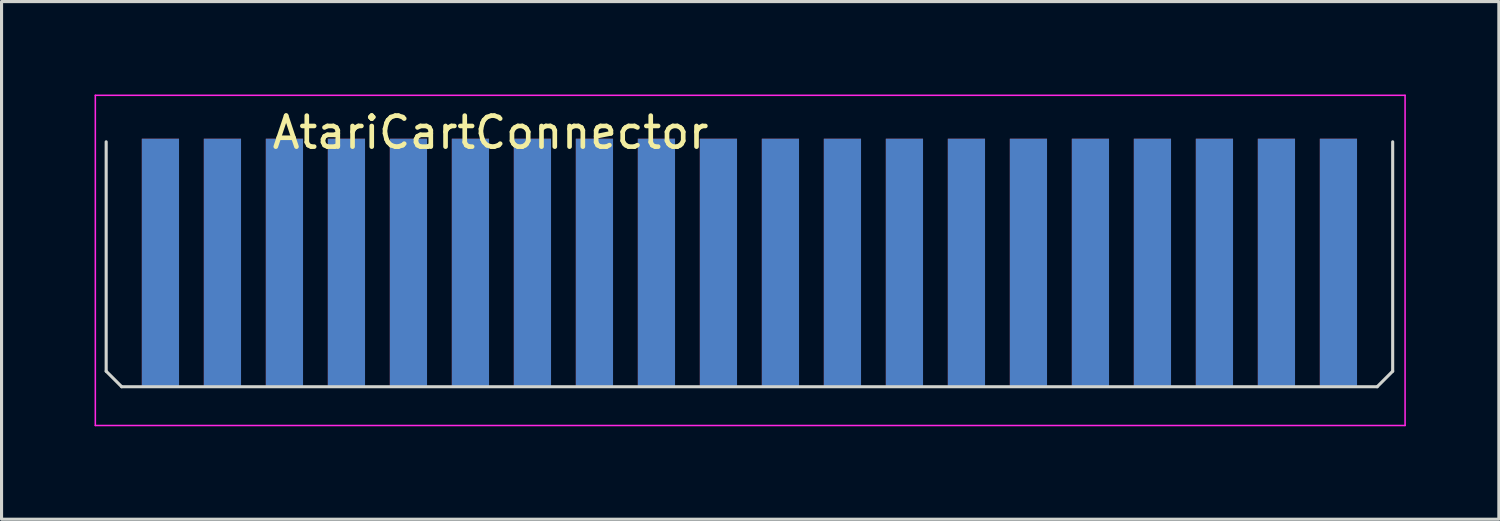
<source format=kicad_pcb>
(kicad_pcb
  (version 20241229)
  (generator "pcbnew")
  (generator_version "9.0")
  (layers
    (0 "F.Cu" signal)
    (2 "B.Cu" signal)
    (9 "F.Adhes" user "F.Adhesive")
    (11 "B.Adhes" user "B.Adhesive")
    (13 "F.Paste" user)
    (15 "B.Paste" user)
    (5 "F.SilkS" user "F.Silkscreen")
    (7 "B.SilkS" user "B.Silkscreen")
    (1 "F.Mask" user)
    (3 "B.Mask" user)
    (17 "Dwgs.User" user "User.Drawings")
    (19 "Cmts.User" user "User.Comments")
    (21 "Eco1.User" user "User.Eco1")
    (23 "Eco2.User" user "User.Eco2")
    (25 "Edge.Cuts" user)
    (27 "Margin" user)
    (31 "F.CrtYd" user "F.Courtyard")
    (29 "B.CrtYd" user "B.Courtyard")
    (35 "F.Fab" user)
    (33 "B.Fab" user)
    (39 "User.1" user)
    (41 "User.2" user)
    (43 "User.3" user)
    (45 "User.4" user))
  (footprint "AtariCartConnector"
    (layer "F.Cu")
    (at 1.175 6.725)
    (property "Reference" "AtariCartConnector" (at 11.6 -5.5 0) (layer "F.SilkS") (effects (font (size 1 1) (thickness 0.15))))
    (attr exclude_from_pos_files exclude_from_bom)
    (fp_line (start -0.8 -5.2) (end -0.8 2.2) (stroke (width 0.1) (type solid)) (layer "Edge.Cuts"))
    (fp_line (start -0.8 2.2) (end -0.3 2.7) (stroke (width 0.1) (type solid)) (layer "Edge.Cuts"))
    (fp_line (start -0.3 2.7) (end 40.2 2.7) (stroke (width 0.1) (type solid)) (layer "Edge.Cuts"))
    (fp_line (start 40.7 -5.2) (end 40.7 2.2) (stroke (width 0.1) (type solid)) (layer "Edge.Cuts"))
    (fp_line (start 40.7 2.2) (end 40.2 2.7) (stroke (width 0.1) (type solid)) (layer "Edge.Cuts"))
    (fp_line (start -1.15 -6.7) (end -1.15 3.95) (stroke (width 0.05) (type solid)) (layer "F.CrtYd"))
    (fp_line (start -1.15 -6.7) (end 41.1 -6.7) (stroke (width 0.05) (type solid)) (layer "F.CrtYd"))
    (fp_line (start 41.1 3.95) (end -1.15 3.95) (stroke (width 0.05) (type solid)) (layer "F.CrtYd"))
    (fp_line (start 41.1 3.95) (end 41.1 -6.7) (stroke (width 0.05) (type solid)) (layer "F.CrtYd"))
    (pad "1" connect rect (at 38.95 -1.3) (size 1.2 8) (layers "F.Cu" "F.Mask"))
    (pad "2" connect rect (at 38.95 -1.3) (size 1.2 8) (layers "B.Cu" "B.Mask"))
    (pad "3" connect rect (at 36.95 -1.3) (size 1.2 8) (layers "F.Cu" "F.Mask"))
    (pad "4" connect rect (at 36.95 -1.3) (size 1.2 8) (layers "B.Cu" "B.Mask"))
    (pad "5" connect rect (at 34.95 -1.3) (size 1.2 8) (layers "F.Cu" "F.Mask"))
    (pad "6" connect rect (at 34.95 -1.3) (size 1.2 8) (layers "B.Cu" "B.Mask"))
    (pad "7" connect rect (at 32.95 -1.3) (size 1.2 8) (layers "F.Cu" "F.Mask"))
    (pad "8" connect rect (at 32.95 -1.3) (size 1.2 8) (layers "B.Cu" "B.Mask"))
    (pad "9" connect rect (at 30.95 -1.3) (size 1.2 8) (layers "F.Cu" "F.Mask"))
    (pad "10" connect rect (at 30.95 -1.3) (size 1.2 8) (layers "B.Cu" "B.Mask"))
    (pad "11" connect rect (at 28.95 -1.3) (size 1.2 8) (layers "F.Cu" "F.Mask"))
    (pad "12" connect rect (at 28.95 -1.3) (size 1.2 8) (layers "B.Cu" "B.Mask"))
    (pad "13" connect rect (at 26.95 -1.3) (size 1.2 8) (layers "F.Cu" "F.Mask"))
    (pad "14" connect rect (at 26.95 -1.3) (size 1.2 8) (layers "B.Cu" "B.Mask"))
    (pad "15" connect rect (at 24.95 -1.3) (size 1.2 8) (layers "F.Cu" "F.Mask"))
    (pad "16" connect rect (at 24.95 -1.3) (size 1.2 8) (layers "B.Cu" "B.Mask"))
    (pad "17" connect rect (at 22.95 -1.3) (size 1.2 8) (layers "F.Cu" "F.Mask"))
    (pad "18" connect rect (at 22.95 -1.3) (size 1.2 8) (layers "B.Cu" "B.Mask"))
    (pad "19" connect rect (at 20.95 -1.3) (size 1.2 8) (layers "F.Cu" "F.Mask"))
    (pad "20" connect rect (at 20.95 -1.3) (size 1.2 8) (layers "B.Cu" "B.Mask"))
    (pad "21" connect rect (at 18.95 -1.3) (size 1.2 8) (layers "F.Cu" "F.Mask"))
    (pad "22" connect rect (at 18.95 -1.3) (size 1.2 8) (layers "B.Cu" "B.Mask"))
    (pad "23" connect rect (at 16.95 -1.3) (size 1.2 8) (layers "F.Cu" "F.Mask"))
    (pad "24" connect rect (at 16.95 -1.3) (size 1.2 8) (layers "B.Cu" "B.Mask"))
    (pad "25" connect rect (at 14.95 -1.3) (size 1.2 8) (layers "F.Cu" "F.Mask"))
    (pad "26" connect rect (at 14.95 -1.3) (size 1.2 8) (layers "B.Cu" "B.Mask"))
    (pad "27" connect rect (at 12.95 -1.3) (size 1.2 8) (layers "F.Cu" "F.Mask"))
    (pad "28" connect rect (at 12.95 -1.3) (size 1.2 8) (layers "B.Cu" "B.Mask"))
    (pad "29" connect rect (at 10.95 -1.3) (size 1.2 8) (layers "F.Cu" "F.Mask"))
    (pad "30" connect rect (at 10.95 -1.3) (size 1.2 8) (layers "B.Cu" "B.Mask"))
    (pad "31" connect rect (at 8.95 -1.3) (size 1.2 8) (layers "F.Cu" "F.Mask"))
    (pad "32" connect rect (at 8.95 -1.3) (size 1.2 8) (layers "B.Cu" "B.Mask"))
    (pad "33" connect rect (at 6.95 -1.3) (size 1.2 8) (layers "F.Cu" "F.Mask"))
    (pad "34" connect rect (at 6.95 -1.3) (size 1.2 8) (layers "B.Cu" "B.Mask"))
    (pad "35" connect rect (at 4.95 -1.3) (size 1.2 8) (layers "F.Cu" "F.Mask"))
    (pad "36" connect rect (at 4.95 -1.3) (size 1.2 8) (layers "B.Cu" "B.Mask"))
    (pad "37" connect rect (at 2.95 -1.3) (size 1.2 8) (layers "F.Cu" "F.Mask"))
    (pad "38" connect rect (at 2.95 -1.3) (size 1.2 8) (layers "B.Cu" "B.Mask"))
    (pad "39" connect rect (at 0.95 -1.3) (size 1.2 8) (layers "F.Cu" "F.Mask"))
    (pad "40" connect rect (at 0.95 -1.3) (size 1.2 8) (layers "B.Cu" "B.Mask")))
  (gr_rect
    (start -3 -3)
    (end 45.3 13.7)
    (stroke (width 0.1) (type default))
    (fill no)
    (layer "Edge.Cuts")))
</source>
